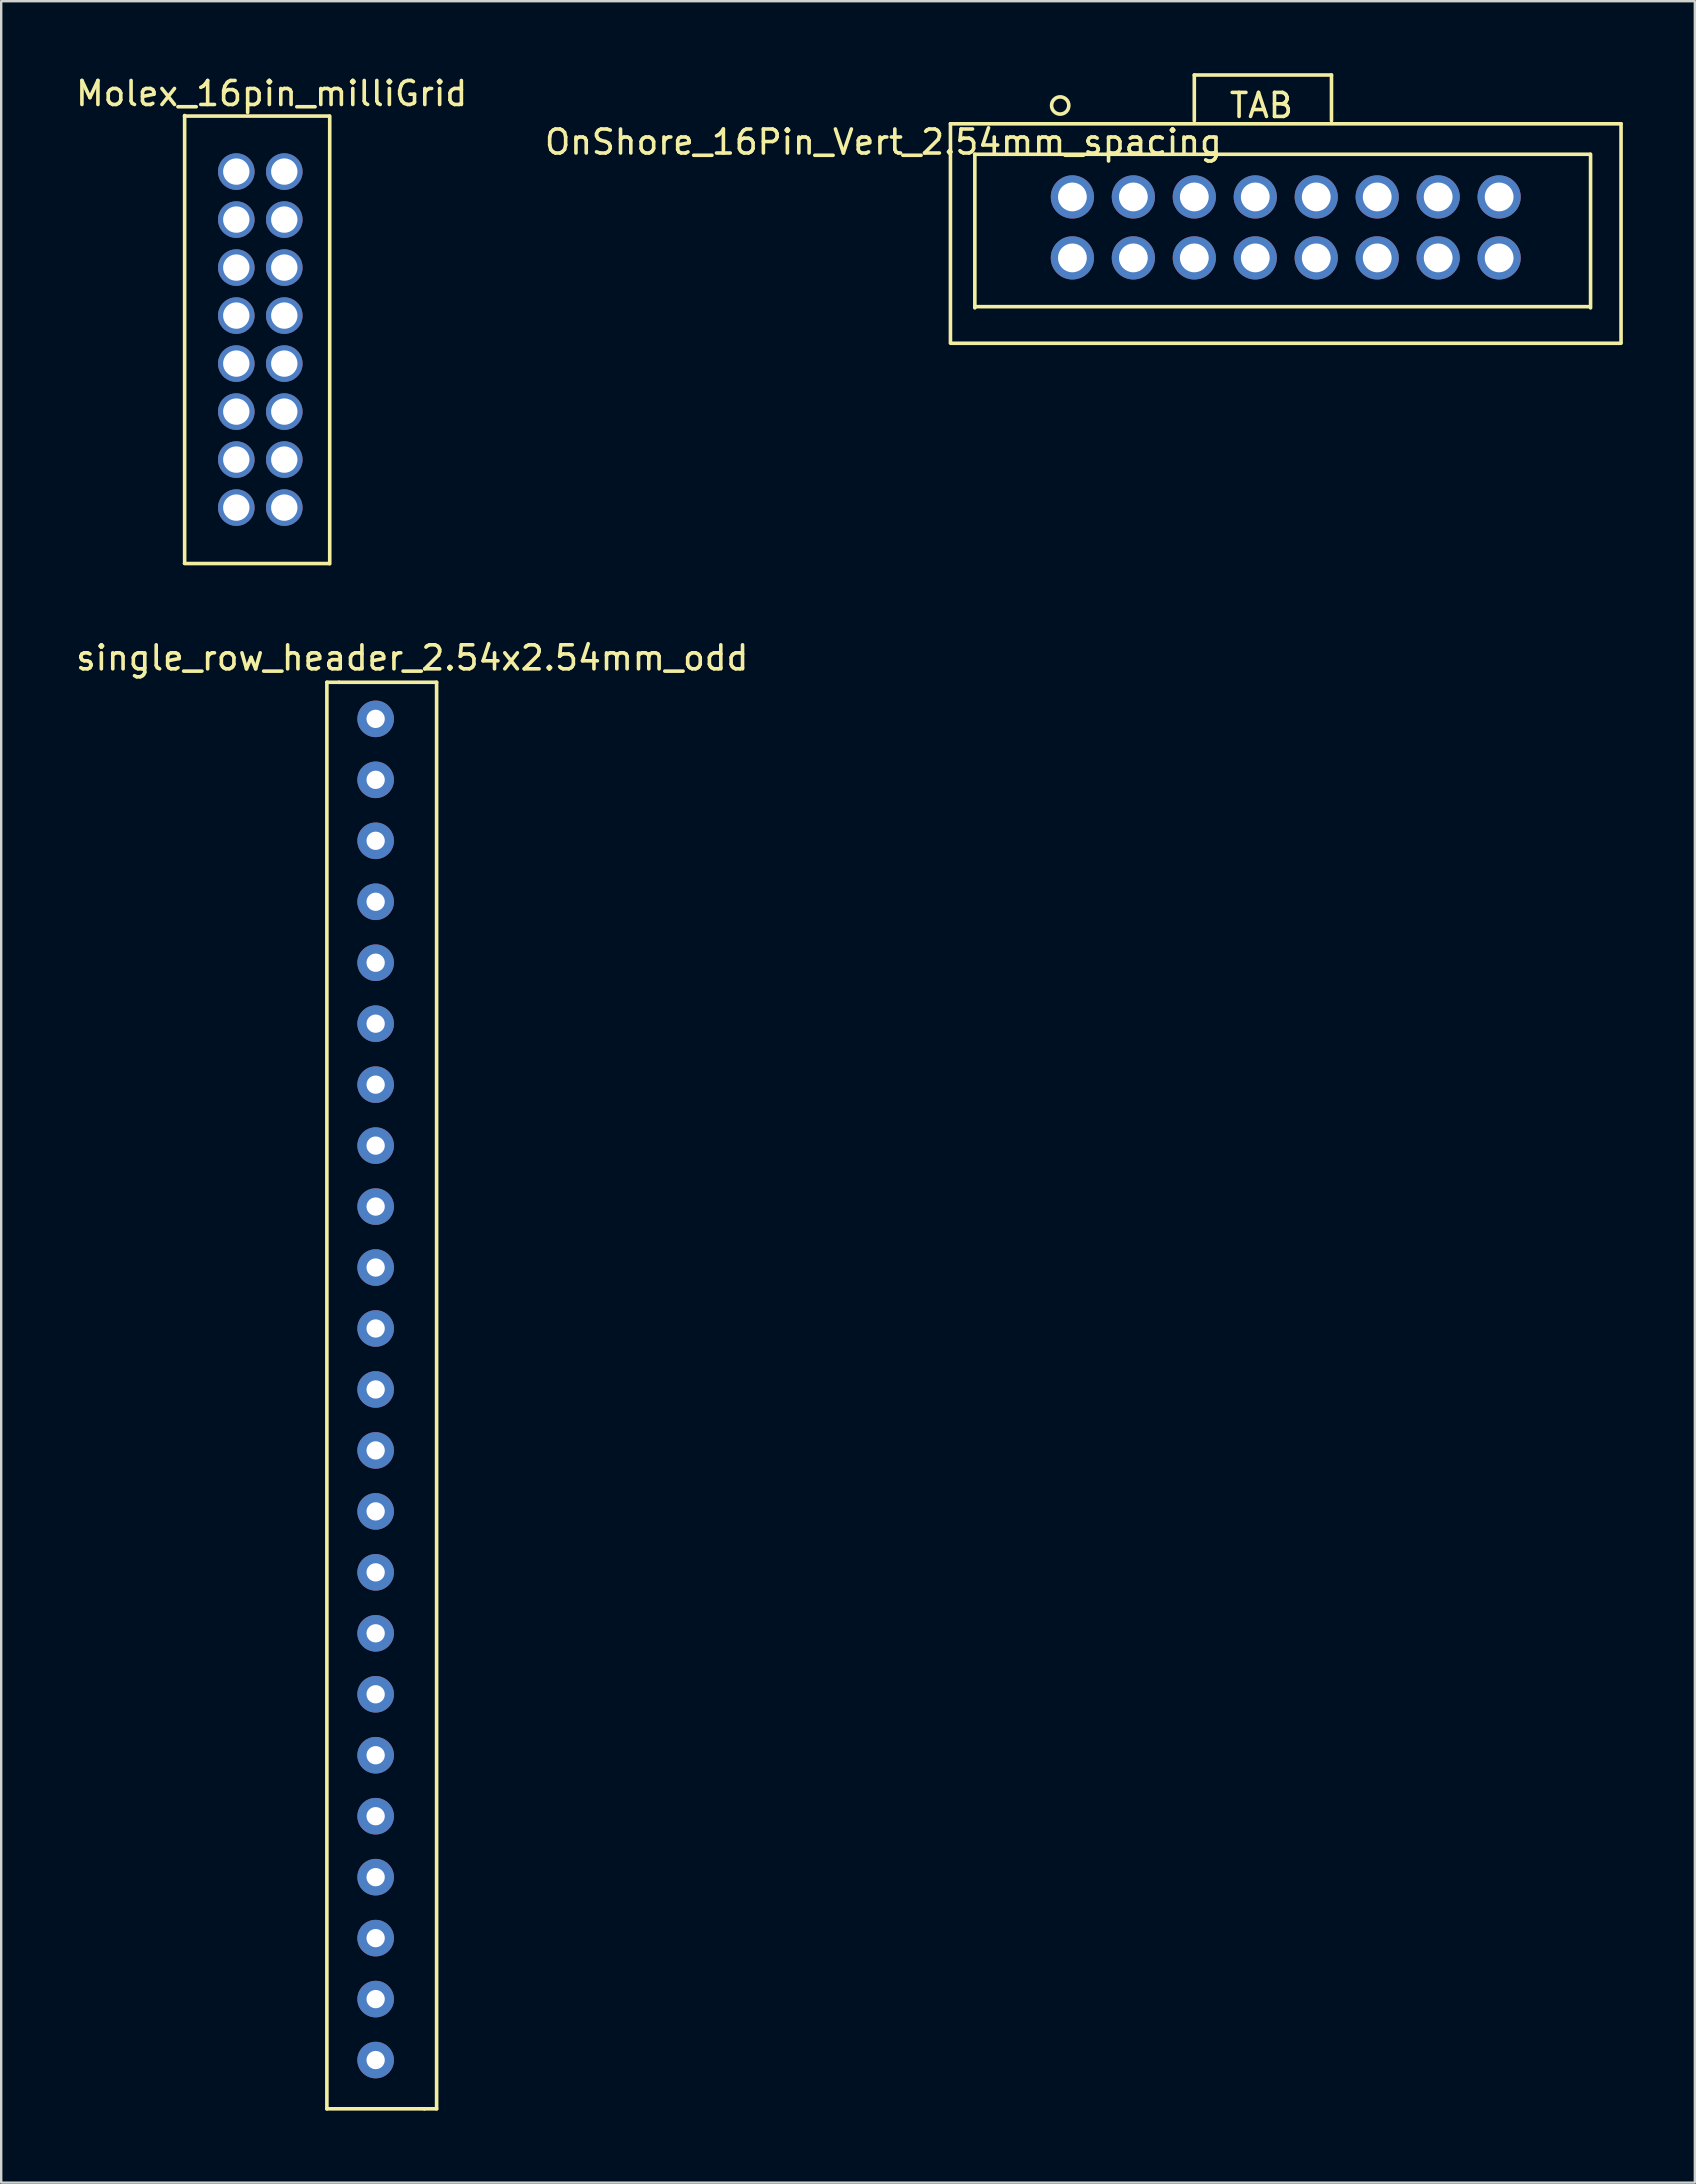
<source format=kicad_pcb>
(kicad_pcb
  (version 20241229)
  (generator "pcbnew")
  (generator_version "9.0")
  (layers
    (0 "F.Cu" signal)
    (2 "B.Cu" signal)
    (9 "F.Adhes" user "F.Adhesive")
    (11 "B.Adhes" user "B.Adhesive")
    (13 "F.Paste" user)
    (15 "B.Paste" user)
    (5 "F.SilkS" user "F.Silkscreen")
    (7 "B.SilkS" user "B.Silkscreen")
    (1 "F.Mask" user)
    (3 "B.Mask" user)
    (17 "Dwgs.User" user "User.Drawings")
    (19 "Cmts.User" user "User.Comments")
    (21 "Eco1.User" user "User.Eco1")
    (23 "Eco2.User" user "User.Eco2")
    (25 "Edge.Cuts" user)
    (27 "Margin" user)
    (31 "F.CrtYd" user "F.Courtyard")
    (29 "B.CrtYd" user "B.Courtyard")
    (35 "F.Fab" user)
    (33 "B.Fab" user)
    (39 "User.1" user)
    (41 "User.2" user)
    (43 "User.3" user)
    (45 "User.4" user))
  (footprint "single_row_header_2.54x2.54mm_odd"
    (layer "F.Cu")
    (at 12.601 26.901)
    (property "Reference" "single_row_header_2.54x2.54mm_odd" (at 1.524 -2.54 0) (layer "F.SilkS") (effects (font (size 1 1) (thickness 0.15))))
    (attr through_hole)
    (fp_line (start -2.032 -1.524) (end -1.524 -1.524) (stroke (width 0.15) (type solid)) (layer "F.SilkS"))
    (fp_line (start -2.032 57.912) (end -2.032 -1.524) (stroke (width 0.15) (type solid)) (layer "F.SilkS"))
    (fp_line (start -1.524 -1.524) (end 2.54 -1.524) (stroke (width 0.15) (type solid)) (layer "F.SilkS"))
    (fp_line (start 2.032 57.912) (end -2.032 57.912) (stroke (width 0.15) (type solid)) (layer "F.SilkS"))
    (fp_line (start 2.032 57.912) (end 2.54 57.912) (stroke (width 0.15) (type solid)) (layer "F.SilkS"))
    (fp_line (start 2.54 57.912) (end 2.54 -1.524) (stroke (width 0.15) (type solid)) (layer "F.SilkS"))
    (pad "1" thru_hole circle (at 0 0) (size 1.524 1.524) (drill 0.762) (layers "*.Cu" "*.Mask"))
    (pad "3" thru_hole circle (at 0 2.54) (size 1.524 1.524) (drill 0.762) (layers "*.Cu" "*.Mask"))
    (pad "5" thru_hole circle (at 0 5.08) (size 1.524 1.524) (drill 0.762) (layers "*.Cu" "*.Mask"))
    (pad "7" thru_hole circle (at 0 7.62) (size 1.524 1.524) (drill 0.762) (layers "*.Cu" "*.Mask"))
    (pad "9" thru_hole circle (at 0 10.16) (size 1.524 1.524) (drill 0.762) (layers "*.Cu" "*.Mask"))
    (pad "11" thru_hole circle (at 0 12.7) (size 1.524 1.524) (drill 0.762) (layers "*.Cu" "*.Mask"))
    (pad "13" thru_hole circle (at 0 15.24) (size 1.524 1.524) (drill 0.762) (layers "*.Cu" "*.Mask"))
    (pad "15" thru_hole circle (at 0 17.78) (size 1.524 1.524) (drill 0.762) (layers "*.Cu" "*.Mask"))
    (pad "17" thru_hole circle (at 0 20.32) (size 1.524 1.524) (drill 0.762) (layers "*.Cu" "*.Mask"))
    (pad "19" thru_hole circle (at 0 22.86) (size 1.524 1.524) (drill 0.762) (layers "*.Cu" "*.Mask"))
    (pad "21" thru_hole circle (at 0 25.4) (size 1.524 1.524) (drill 0.762) (layers "*.Cu" "*.Mask"))
    (pad "23" thru_hole circle (at 0 27.94) (size 1.524 1.524) (drill 0.762) (layers "*.Cu" "*.Mask"))
    (pad "25" thru_hole circle (at 0 30.48) (size 1.524 1.524) (drill 0.762) (layers "*.Cu" "*.Mask"))
    (pad "27" thru_hole circle (at 0 33.02) (size 1.524 1.524) (drill 0.762) (layers "*.Cu" "*.Mask"))
    (pad "29" thru_hole circle (at 0 35.56) (size 1.524 1.524) (drill 0.762) (layers "*.Cu" "*.Mask"))
    (pad "31" thru_hole circle (at 0 38.1) (size 1.524 1.524) (drill 0.762) (layers "*.Cu" "*.Mask"))
    (pad "33" thru_hole circle (at 0 40.64) (size 1.524 1.524) (drill 0.762) (layers "*.Cu" "*.Mask"))
    (pad "35" thru_hole circle (at 0 43.18) (size 1.524 1.524) (drill 0.762) (layers "*.Cu" "*.Mask"))
    (pad "37" thru_hole circle (at 0 45.72) (size 1.524 1.524) (drill 0.762) (layers "*.Cu" "*.Mask"))
    (pad "39" thru_hole circle (at 0 48.26) (size 1.524 1.524) (drill 0.762) (layers "*.Cu" "*.Mask"))
    (pad "41" thru_hole circle (at 0 50.8) (size 1.524 1.524) (drill 0.762) (layers "*.Cu" "*.Mask"))
    (pad "43" thru_hole circle (at 0 53.34) (size 1.524 1.524) (drill 0.762) (layers "*.Cu" "*.Mask"))
    (pad "45" thru_hole circle (at 0 55.88) (size 1.524 1.524) (drill 0.762) (layers "*.Cu" "*.Mask")))
  (footprint "Molex_16pin_milliGrid"
    (layer "F.Cu")
    (at 6.795 4.099)
    (property "Reference" "Molex_16pin_milliGrid" (at 1.473 -3.251 0) (layer "F.SilkS") (effects (font (size 1 1) (thickness 0.15))))
    (attr through_hole)
    (fp_line (start -2.158 -2.314) (end 3.875 -2.314) (stroke (width 0.15) (type solid)) (layer "F.SilkS"))
    (fp_line (start -2.158 16.329) (end 3.875 16.329) (stroke (width 0.15) (type solid)) (layer "F.SilkS"))
    (fp_line (start -2.152 -2.337) (end -2.152 16.313) (stroke (width 0.15) (type solid)) (layer "F.SilkS"))
    (fp_line (start 3.893 -2.311) (end 3.893 16.339) (stroke (width 0.15) (type solid)) (layer "F.SilkS"))
    (pad "1" thru_hole circle (at 0 0) (size 1.524 1.524) (drill 1.1) (layers "*.Cu" "*.Mask"))
    (pad "2" thru_hole circle (at 2 0) (size 1.524 1.524) (drill 1.1) (layers "*.Cu" "*.Mask"))
    (pad "3" thru_hole circle (at 0 2) (size 1.524 1.524) (drill 1.1) (layers "*.Cu" "*.Mask"))
    (pad "4" thru_hole circle (at 2 2) (size 1.524 1.524) (drill 1.1) (layers "*.Cu" "*.Mask"))
    (pad "5" thru_hole circle (at 0 4) (size 1.524 1.524) (drill 1.1) (layers "*.Cu" "*.Mask"))
    (pad "6" thru_hole circle (at 2 4) (size 1.524 1.524) (drill 1.1) (layers "*.Cu" "*.Mask"))
    (pad "7" thru_hole circle (at 0 6) (size 1.524 1.524) (drill 1.1) (layers "*.Cu" "*.Mask"))
    (pad "8" thru_hole circle (at 2 6) (size 1.524 1.524) (drill 1.1) (layers "*.Cu" "*.Mask"))
    (pad "9" thru_hole circle (at 0 8) (size 1.524 1.524) (drill 1.1) (layers "*.Cu" "*.Mask"))
    (pad "10" thru_hole circle (at 2 8) (size 1.524 1.524) (drill 1.1) (layers "*.Cu" "*.Mask"))
    (pad "11" thru_hole circle (at 0 10) (size 1.524 1.524) (drill 1.1) (layers "*.Cu" "*.Mask"))
    (pad "12" thru_hole circle (at 2 10) (size 1.524 1.524) (drill 1.1) (layers "*.Cu" "*.Mask"))
    (pad "13" thru_hole circle (at 0 12) (size 1.524 1.524) (drill 1.1) (layers "*.Cu" "*.Mask"))
    (pad "14" thru_hole circle (at 2 12) (size 1.524 1.524) (drill 1.1) (layers "*.Cu" "*.Mask"))
    (pad "15" thru_hole circle (at 0 14) (size 1.524 1.524) (drill 1.1) (layers "*.Cu" "*.Mask"))
    (pad "16" thru_hole circle (at 2 14) (size 1.524 1.524) (drill 1.1) (layers "*.Cu" "*.Mask")))
  (footprint "OnShore_16Pin_Vert_2.54mm_spacing"
    (layer "F.Cu")
    (at 41.63 5.155)
    (property "Reference" "OnShore_16Pin_Vert_2.54mm_spacing" (at -7.874 -2.286 0) (layer "F.SilkS") (effects (font (size 1 1) (thickness 0.15))))
    (attr through_hole)
    (fp_line (start -5.08 -3.048) (end -5.08 6.052) (stroke (width 0.15) (type solid)) (layer "F.SilkS"))
    (fp_line (start -5.08 -3.048) (end 22.86 -3.048) (stroke (width 0.15) (type solid)) (layer "F.SilkS"))
    (fp_line (start -5.08 6.096) (end 22.86 6.096) (stroke (width 0.15) (type solid)) (layer "F.SilkS"))
    (fp_line (start -4.064 -1.778) (end -4.064 4.622) (stroke (width 0.15) (type solid)) (layer "F.SilkS"))
    (fp_line (start -4.064 -1.778) (end 21.576 -1.778) (stroke (width 0.15) (type solid)) (layer "F.SilkS"))
    (fp_line (start -4.064 4.572) (end 21.576 4.572) (stroke (width 0.15) (type solid)) (layer "F.SilkS"))
    (fp_line (start 5.08 -5.08) (end 10.795 -5.08) (stroke (width 0.15) (type solid)) (layer "F.SilkS"))
    (fp_line (start 5.08 -3.175) (end 5.08 -5.08) (stroke (width 0.15) (type solid)) (layer "F.SilkS"))
    (fp_line (start 10.795 -5.08) (end 10.795 -3.175) (stroke (width 0.15) (type solid)) (layer "F.SilkS"))
    (fp_line (start 21.59 -1.778) (end 21.59 4.622) (stroke (width 0.15) (type solid)) (layer "F.SilkS"))
    (fp_line (start 22.86 -3.048) (end 22.86 6.052) (stroke (width 0.15) (type solid)) (layer "F.SilkS"))
    (fp_circle (center -0.508 -3.81) (end -0.254 -4.064) (stroke (width 0.15) (type solid)) (fill no) (layer "F.SilkS"))
    (fp_text user "TAB" (at 7.874 -3.81 0) (layer "F.SilkS") (effects (font (size 1 1) (thickness 0.15))))
    (pad "1" thru_hole circle (at 0 0) (size 1.8 1.8) (drill 1.2) (layers "*.Cu" "*.Mask"))
    (pad "2" thru_hole circle (at 0 2.54) (size 1.8 1.8) (drill 1.2) (layers "*.Cu" "*.Mask"))
    (pad "3" thru_hole circle (at 2.54 0) (size 1.8 1.8) (drill 1.2) (layers "*.Cu" "*.Mask"))
    (pad "4" thru_hole circle (at 2.54 2.54) (size 1.8 1.8) (drill 1.2) (layers "*.Cu" "*.Mask"))
    (pad "5" thru_hole circle (at 5.08 0) (size 1.8 1.8) (drill 1.2) (layers "*.Cu" "*.Mask"))
    (pad "6" thru_hole circle (at 5.08 2.54) (size 1.8 1.8) (drill 1.2) (layers "*.Cu" "*.Mask"))
    (pad "7" thru_hole circle (at 7.62 0) (size 1.8 1.8) (drill 1.2) (layers "*.Cu" "*.Mask"))
    (pad "8" thru_hole circle (at 7.62 2.54) (size 1.8 1.8) (drill 1.2) (layers "*.Cu" "*.Mask"))
    (pad "9" thru_hole circle (at 10.16 0) (size 1.8 1.8) (drill 1.2) (layers "*.Cu" "*.Mask"))
    (pad "10" thru_hole circle (at 10.16 2.54) (size 1.8 1.8) (drill 1.2) (layers "*.Cu" "*.Mask"))
    (pad "11" thru_hole circle (at 12.7 0) (size 1.8 1.8) (drill 1.2) (layers "*.Cu" "*.Mask"))
    (pad "12" thru_hole circle (at 12.7 2.54) (size 1.8 1.8) (drill 1.2) (layers "*.Cu" "*.Mask"))
    (pad "13" thru_hole circle (at 15.24 0) (size 1.8 1.8) (drill 1.2) (layers "*.Cu" "*.Mask"))
    (pad "14" thru_hole circle (at 15.24 2.54) (size 1.8 1.8) (drill 1.2) (layers "*.Cu" "*.Mask"))
    (pad "15" thru_hole circle (at 17.78 0) (size 1.8 1.8) (drill 1.2) (layers "*.Cu" "*.Mask"))
    (pad "16" thru_hole circle (at 17.78 2.54) (size 1.8 1.8) (drill 1.2) (layers "*.Cu" "*.Mask")))
  (gr_rect
    (start -3 -3)
    (end 67.565 87.888)
    (stroke (width 0.1) (type default))
    (fill no)
    (layer "Edge.Cuts")))
</source>
